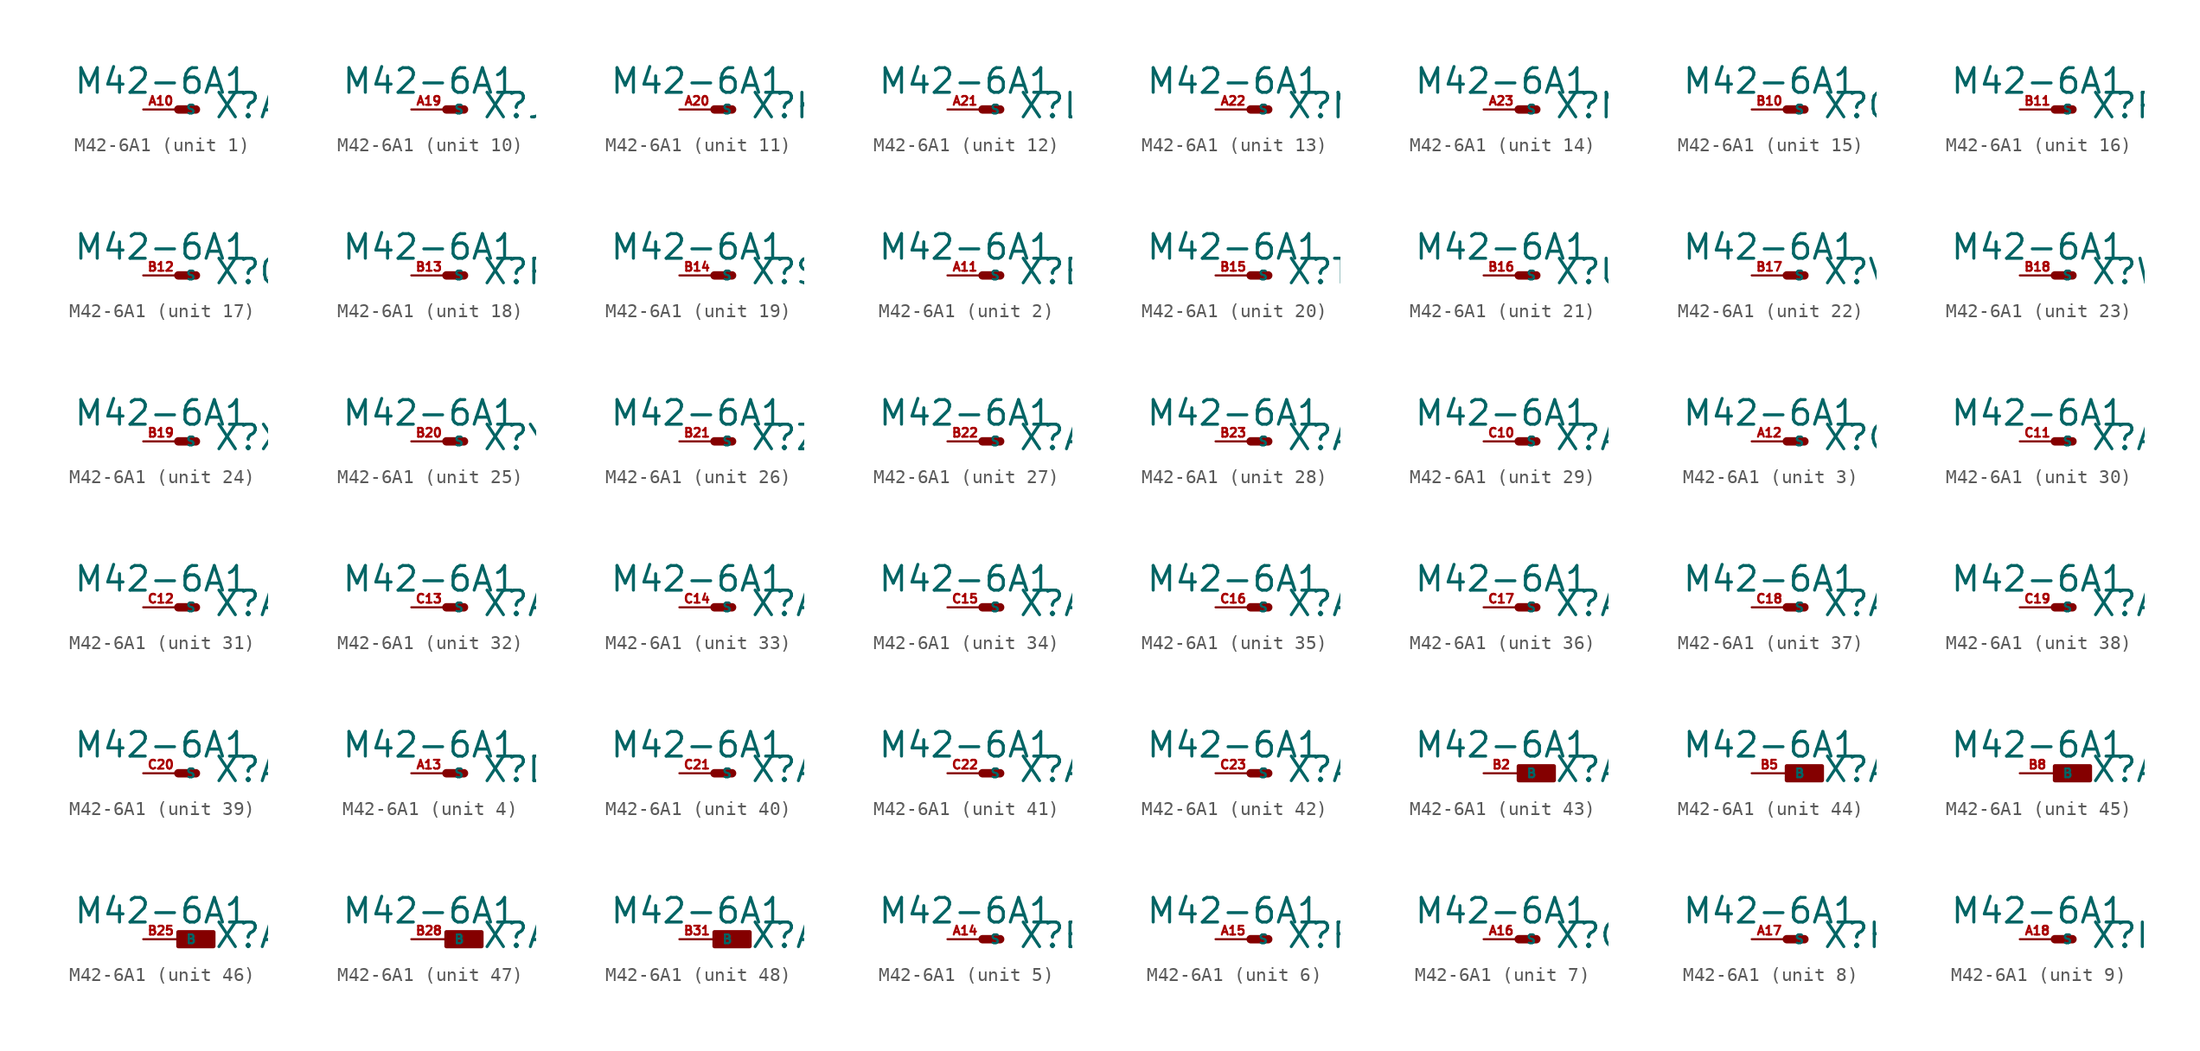
<source format=kicad_sym>
(kicad_symbol_lib
  (version 20220914)
  (generator Eagle2Kicad)
  (symbol "M42-6A1"
    (property "Reference" "X"
      (at 2.54 -0.762 0)
      (effects (font (size 1.778 1.778) (thickness 0.22)) (justify left bottom)))
    (property "Value" "M42-6A1"
      (at -7.62 1.016 0)
      (effects (font (size 1.778 1.778) (thickness 0.22)) (justify left bottom)))
    (symbol "M42-6A1_1_0"
      (polyline (pts (xy 0 0) (xy 1.27 0)) (stroke (width 0.61) (type default)) (fill (type none)))
      (pin passive line (at -2.54 0 0) (length 2.54) (name "S" (effects (font (size 0.635 0.635) (thickness 0.08)) (justify left bottom))) (number "A10" (effects (font (size 0.635 0.635) (thickness 0.08)) (justify left bottom)))))
    (symbol "M42-6A1_2_0"
      (polyline (pts (xy 0 0) (xy 1.27 0)) (stroke (width 0.61) (type default)) (fill (type none)))
      (pin passive line (at -2.54 0 0) (length 2.54) (name "S" (effects (font (size 0.635 0.635) (thickness 0.08)) (justify left bottom))) (number "A11" (effects (font (size 0.635 0.635) (thickness 0.08)) (justify left bottom)))))
    (symbol "M42-6A1_3_0"
      (polyline (pts (xy 0 0) (xy 1.27 0)) (stroke (width 0.61) (type default)) (fill (type none)))
      (pin passive line (at -2.54 0 0) (length 2.54) (name "S" (effects (font (size 0.635 0.635) (thickness 0.08)) (justify left bottom))) (number "A12" (effects (font (size 0.635 0.635) (thickness 0.08)) (justify left bottom)))))
    (symbol "M42-6A1_4_0"
      (polyline (pts (xy 0 0) (xy 1.27 0)) (stroke (width 0.61) (type default)) (fill (type none)))
      (pin passive line (at -2.54 0 0) (length 2.54) (name "S" (effects (font (size 0.635 0.635) (thickness 0.08)) (justify left bottom))) (number "A13" (effects (font (size 0.635 0.635) (thickness 0.08)) (justify left bottom)))))
    (symbol "M42-6A1_5_0"
      (polyline (pts (xy 0 0) (xy 1.27 0)) (stroke (width 0.61) (type default)) (fill (type none)))
      (pin passive line (at -2.54 0 0) (length 2.54) (name "S" (effects (font (size 0.635 0.635) (thickness 0.08)) (justify left bottom))) (number "A14" (effects (font (size 0.635 0.635) (thickness 0.08)) (justify left bottom)))))
    (symbol "M42-6A1_6_0"
      (polyline (pts (xy 0 0) (xy 1.27 0)) (stroke (width 0.61) (type default)) (fill (type none)))
      (pin passive line (at -2.54 0 0) (length 2.54) (name "S" (effects (font (size 0.635 0.635) (thickness 0.08)) (justify left bottom))) (number "A15" (effects (font (size 0.635 0.635) (thickness 0.08)) (justify left bottom)))))
    (symbol "M42-6A1_7_0"
      (polyline (pts (xy 0 0) (xy 1.27 0)) (stroke (width 0.61) (type default)) (fill (type none)))
      (pin passive line (at -2.54 0 0) (length 2.54) (name "S" (effects (font (size 0.635 0.635) (thickness 0.08)) (justify left bottom))) (number "A16" (effects (font (size 0.635 0.635) (thickness 0.08)) (justify left bottom)))))
    (symbol "M42-6A1_8_0"
      (polyline (pts (xy 0 0) (xy 1.27 0)) (stroke (width 0.61) (type default)) (fill (type none)))
      (pin passive line (at -2.54 0 0) (length 2.54) (name "S" (effects (font (size 0.635 0.635) (thickness 0.08)) (justify left bottom))) (number "A17" (effects (font (size 0.635 0.635) (thickness 0.08)) (justify left bottom)))))
    (symbol "M42-6A1_9_0"
      (polyline (pts (xy 0 0) (xy 1.27 0)) (stroke (width 0.61) (type default)) (fill (type none)))
      (pin passive line (at -2.54 0 0) (length 2.54) (name "S" (effects (font (size 0.635 0.635) (thickness 0.08)) (justify left bottom))) (number "A18" (effects (font (size 0.635 0.635) (thickness 0.08)) (justify left bottom)))))
    (symbol "M42-6A1_10_0"
      (polyline (pts (xy 0 0) (xy 1.27 0)) (stroke (width 0.61) (type default)) (fill (type none)))
      (pin passive line (at -2.54 0 0) (length 2.54) (name "S" (effects (font (size 0.635 0.635) (thickness 0.08)) (justify left bottom))) (number "A19" (effects (font (size 0.635 0.635) (thickness 0.08)) (justify left bottom)))))
    (symbol "M42-6A1_11_0"
      (polyline (pts (xy 0 0) (xy 1.27 0)) (stroke (width 0.61) (type default)) (fill (type none)))
      (pin passive line (at -2.54 0 0) (length 2.54) (name "S" (effects (font (size 0.635 0.635) (thickness 0.08)) (justify left bottom))) (number "A20" (effects (font (size 0.635 0.635) (thickness 0.08)) (justify left bottom)))))
    (symbol "M42-6A1_12_0"
      (polyline (pts (xy 0 0) (xy 1.27 0)) (stroke (width 0.61) (type default)) (fill (type none)))
      (pin passive line (at -2.54 0 0) (length 2.54) (name "S" (effects (font (size 0.635 0.635) (thickness 0.08)) (justify left bottom))) (number "A21" (effects (font (size 0.635 0.635) (thickness 0.08)) (justify left bottom)))))
    (symbol "M42-6A1_13_0"
      (polyline (pts (xy 0 0) (xy 1.27 0)) (stroke (width 0.61) (type default)) (fill (type none)))
      (pin passive line (at -2.54 0 0) (length 2.54) (name "S" (effects (font (size 0.635 0.635) (thickness 0.08)) (justify left bottom))) (number "A22" (effects (font (size 0.635 0.635) (thickness 0.08)) (justify left bottom)))))
    (symbol "M42-6A1_14_0"
      (polyline (pts (xy 0 0) (xy 1.27 0)) (stroke (width 0.61) (type default)) (fill (type none)))
      (pin passive line (at -2.54 0 0) (length 2.54) (name "S" (effects (font (size 0.635 0.635) (thickness 0.08)) (justify left bottom))) (number "A23" (effects (font (size 0.635 0.635) (thickness 0.08)) (justify left bottom)))))
    (symbol "M42-6A1_15_0"
      (polyline (pts (xy 0 0) (xy 1.27 0)) (stroke (width 0.61) (type default)) (fill (type none)))
      (pin passive line (at -2.54 0 0) (length 2.54) (name "S" (effects (font (size 0.635 0.635) (thickness 0.08)) (justify left bottom))) (number "B10" (effects (font (size 0.635 0.635) (thickness 0.08)) (justify left bottom)))))
    (symbol "M42-6A1_16_0"
      (polyline (pts (xy 0 0) (xy 1.27 0)) (stroke (width 0.61) (type default)) (fill (type none)))
      (pin passive line (at -2.54 0 0) (length 2.54) (name "S" (effects (font (size 0.635 0.635) (thickness 0.08)) (justify left bottom))) (number "B11" (effects (font (size 0.635 0.635) (thickness 0.08)) (justify left bottom)))))
    (symbol "M42-6A1_17_0"
      (polyline (pts (xy 0 0) (xy 1.27 0)) (stroke (width 0.61) (type default)) (fill (type none)))
      (pin passive line (at -2.54 0 0) (length 2.54) (name "S" (effects (font (size 0.635 0.635) (thickness 0.08)) (justify left bottom))) (number "B12" (effects (font (size 0.635 0.635) (thickness 0.08)) (justify left bottom)))))
    (symbol "M42-6A1_18_0"
      (polyline (pts (xy 0 0) (xy 1.27 0)) (stroke (width 0.61) (type default)) (fill (type none)))
      (pin passive line (at -2.54 0 0) (length 2.54) (name "S" (effects (font (size 0.635 0.635) (thickness 0.08)) (justify left bottom))) (number "B13" (effects (font (size 0.635 0.635) (thickness 0.08)) (justify left bottom)))))
    (symbol "M42-6A1_19_0"
      (polyline (pts (xy 0 0) (xy 1.27 0)) (stroke (width 0.61) (type default)) (fill (type none)))
      (pin passive line (at -2.54 0 0) (length 2.54) (name "S" (effects (font (size 0.635 0.635) (thickness 0.08)) (justify left bottom))) (number "B14" (effects (font (size 0.635 0.635) (thickness 0.08)) (justify left bottom)))))
    (symbol "M42-6A1_20_0"
      (polyline (pts (xy 0 0) (xy 1.27 0)) (stroke (width 0.61) (type default)) (fill (type none)))
      (pin passive line (at -2.54 0 0) (length 2.54) (name "S" (effects (font (size 0.635 0.635) (thickness 0.08)) (justify left bottom))) (number "B15" (effects (font (size 0.635 0.635) (thickness 0.08)) (justify left bottom)))))
    (symbol "M42-6A1_21_0"
      (polyline (pts (xy 0 0) (xy 1.27 0)) (stroke (width 0.61) (type default)) (fill (type none)))
      (pin passive line (at -2.54 0 0) (length 2.54) (name "S" (effects (font (size 0.635 0.635) (thickness 0.08)) (justify left bottom))) (number "B16" (effects (font (size 0.635 0.635) (thickness 0.08)) (justify left bottom)))))
    (symbol "M42-6A1_22_0"
      (polyline (pts (xy 0 0) (xy 1.27 0)) (stroke (width 0.61) (type default)) (fill (type none)))
      (pin passive line (at -2.54 0 0) (length 2.54) (name "S" (effects (font (size 0.635 0.635) (thickness 0.08)) (justify left bottom))) (number "B17" (effects (font (size 0.635 0.635) (thickness 0.08)) (justify left bottom)))))
    (symbol "M42-6A1_23_0"
      (polyline (pts (xy 0 0) (xy 1.27 0)) (stroke (width 0.61) (type default)) (fill (type none)))
      (pin passive line (at -2.54 0 0) (length 2.54) (name "S" (effects (font (size 0.635 0.635) (thickness 0.08)) (justify left bottom))) (number "B18" (effects (font (size 0.635 0.635) (thickness 0.08)) (justify left bottom)))))
    (symbol "M42-6A1_24_0"
      (polyline (pts (xy 0 0) (xy 1.27 0)) (stroke (width 0.61) (type default)) (fill (type none)))
      (pin passive line (at -2.54 0 0) (length 2.54) (name "S" (effects (font (size 0.635 0.635) (thickness 0.08)) (justify left bottom))) (number "B19" (effects (font (size 0.635 0.635) (thickness 0.08)) (justify left bottom)))))
    (symbol "M42-6A1_25_0"
      (polyline (pts (xy 0 0) (xy 1.27 0)) (stroke (width 0.61) (type default)) (fill (type none)))
      (pin passive line (at -2.54 0 0) (length 2.54) (name "S" (effects (font (size 0.635 0.635) (thickness 0.08)) (justify left bottom))) (number "B20" (effects (font (size 0.635 0.635) (thickness 0.08)) (justify left bottom)))))
    (symbol "M42-6A1_26_0"
      (polyline (pts (xy 0 0) (xy 1.27 0)) (stroke (width 0.61) (type default)) (fill (type none)))
      (pin passive line (at -2.54 0 0) (length 2.54) (name "S" (effects (font (size 0.635 0.635) (thickness 0.08)) (justify left bottom))) (number "B21" (effects (font (size 0.635 0.635) (thickness 0.08)) (justify left bottom)))))
    (symbol "M42-6A1_27_0"
      (polyline (pts (xy 0 0) (xy 1.27 0)) (stroke (width 0.61) (type default)) (fill (type none)))
      (pin passive line (at -2.54 0 0) (length 2.54) (name "S" (effects (font (size 0.635 0.635) (thickness 0.08)) (justify left bottom))) (number "B22" (effects (font (size 0.635 0.635) (thickness 0.08)) (justify left bottom)))))
    (symbol "M42-6A1_28_0"
      (polyline (pts (xy 0 0) (xy 1.27 0)) (stroke (width 0.61) (type default)) (fill (type none)))
      (pin passive line (at -2.54 0 0) (length 2.54) (name "S" (effects (font (size 0.635 0.635) (thickness 0.08)) (justify left bottom))) (number "B23" (effects (font (size 0.635 0.635) (thickness 0.08)) (justify left bottom)))))
    (symbol "M42-6A1_29_0"
      (polyline (pts (xy 0 0) (xy 1.27 0)) (stroke (width 0.61) (type default)) (fill (type none)))
      (pin passive line (at -2.54 0 0) (length 2.54) (name "S" (effects (font (size 0.635 0.635) (thickness 0.08)) (justify left bottom))) (number "C10" (effects (font (size 0.635 0.635) (thickness 0.08)) (justify left bottom)))))
    (symbol "M42-6A1_30_0"
      (polyline (pts (xy 0 0) (xy 1.27 0)) (stroke (width 0.61) (type default)) (fill (type none)))
      (pin passive line (at -2.54 0 0) (length 2.54) (name "S" (effects (font (size 0.635 0.635) (thickness 0.08)) (justify left bottom))) (number "C11" (effects (font (size 0.635 0.635) (thickness 0.08)) (justify left bottom)))))
    (symbol "M42-6A1_31_0"
      (polyline (pts (xy 0 0) (xy 1.27 0)) (stroke (width 0.61) (type default)) (fill (type none)))
      (pin passive line (at -2.54 0 0) (length 2.54) (name "S" (effects (font (size 0.635 0.635) (thickness 0.08)) (justify left bottom))) (number "C12" (effects (font (size 0.635 0.635) (thickness 0.08)) (justify left bottom)))))
    (symbol "M42-6A1_32_0"
      (polyline (pts (xy 0 0) (xy 1.27 0)) (stroke (width 0.61) (type default)) (fill (type none)))
      (pin passive line (at -2.54 0 0) (length 2.54) (name "S" (effects (font (size 0.635 0.635) (thickness 0.08)) (justify left bottom))) (number "C13" (effects (font (size 0.635 0.635) (thickness 0.08)) (justify left bottom)))))
    (symbol "M42-6A1_33_0"
      (polyline (pts (xy 0 0) (xy 1.27 0)) (stroke (width 0.61) (type default)) (fill (type none)))
      (pin passive line (at -2.54 0 0) (length 2.54) (name "S" (effects (font (size 0.635 0.635) (thickness 0.08)) (justify left bottom))) (number "C14" (effects (font (size 0.635 0.635) (thickness 0.08)) (justify left bottom)))))
    (symbol "M42-6A1_34_0"
      (polyline (pts (xy 0 0) (xy 1.27 0)) (stroke (width 0.61) (type default)) (fill (type none)))
      (pin passive line (at -2.54 0 0) (length 2.54) (name "S" (effects (font (size 0.635 0.635) (thickness 0.08)) (justify left bottom))) (number "C15" (effects (font (size 0.635 0.635) (thickness 0.08)) (justify left bottom)))))
    (symbol "M42-6A1_35_0"
      (polyline (pts (xy 0 0) (xy 1.27 0)) (stroke (width 0.61) (type default)) (fill (type none)))
      (pin passive line (at -2.54 0 0) (length 2.54) (name "S" (effects (font (size 0.635 0.635) (thickness 0.08)) (justify left bottom))) (number "C16" (effects (font (size 0.635 0.635) (thickness 0.08)) (justify left bottom)))))
    (symbol "M42-6A1_36_0"
      (polyline (pts (xy 0 0) (xy 1.27 0)) (stroke (width 0.61) (type default)) (fill (type none)))
      (pin passive line (at -2.54 0 0) (length 2.54) (name "S" (effects (font (size 0.635 0.635) (thickness 0.08)) (justify left bottom))) (number "C17" (effects (font (size 0.635 0.635) (thickness 0.08)) (justify left bottom)))))
    (symbol "M42-6A1_37_0"
      (polyline (pts (xy 0 0) (xy 1.27 0)) (stroke (width 0.61) (type default)) (fill (type none)))
      (pin passive line (at -2.54 0 0) (length 2.54) (name "S" (effects (font (size 0.635 0.635) (thickness 0.08)) (justify left bottom))) (number "C18" (effects (font (size 0.635 0.635) (thickness 0.08)) (justify left bottom)))))
    (symbol "M42-6A1_38_0"
      (polyline (pts (xy 0 0) (xy 1.27 0)) (stroke (width 0.61) (type default)) (fill (type none)))
      (pin passive line (at -2.54 0 0) (length 2.54) (name "S" (effects (font (size 0.635 0.635) (thickness 0.08)) (justify left bottom))) (number "C19" (effects (font (size 0.635 0.635) (thickness 0.08)) (justify left bottom)))))
    (symbol "M42-6A1_39_0"
      (polyline (pts (xy 0 0) (xy 1.27 0)) (stroke (width 0.61) (type default)) (fill (type none)))
      (pin passive line (at -2.54 0 0) (length 2.54) (name "S" (effects (font (size 0.635 0.635) (thickness 0.08)) (justify left bottom))) (number "C20" (effects (font (size 0.635 0.635) (thickness 0.08)) (justify left bottom)))))
    (symbol "M42-6A1_40_0"
      (polyline (pts (xy 0 0) (xy 1.27 0)) (stroke (width 0.61) (type default)) (fill (type none)))
      (pin passive line (at -2.54 0 0) (length 2.54) (name "S" (effects (font (size 0.635 0.635) (thickness 0.08)) (justify left bottom))) (number "C21" (effects (font (size 0.635 0.635) (thickness 0.08)) (justify left bottom)))))
    (symbol "M42-6A1_41_0"
      (polyline (pts (xy 0 0) (xy 1.27 0)) (stroke (width 0.61) (type default)) (fill (type none)))
      (pin passive line (at -2.54 0 0) (length 2.54) (name "S" (effects (font (size 0.635 0.635) (thickness 0.08)) (justify left bottom))) (number "C22" (effects (font (size 0.635 0.635) (thickness 0.08)) (justify left bottom)))))
    (symbol "M42-6A1_42_0"
      (polyline (pts (xy 0 0) (xy 1.27 0)) (stroke (width 0.61) (type default)) (fill (type none)))
      (pin passive line (at -2.54 0 0) (length 2.54) (name "S" (effects (font (size 0.635 0.635) (thickness 0.08)) (justify left bottom))) (number "C23" (effects (font (size 0.635 0.635) (thickness 0.08)) (justify left bottom)))))
    (symbol "M42-6A1_43_0"
      (rectangle (start 0 -0.508) (end 2.54 0.508) (stroke (width 0.3) (type default)) (fill (type outline)))
      (pin passive line (at -2.54 0 0) (length 2.54) (name "B" (effects (font (size 0.635 0.635) (thickness 0.08)) (justify left bottom))) (number "B2" (effects (font (size 0.635 0.635) (thickness 0.08)) (justify left bottom)))))
    (symbol "M42-6A1_44_0"
      (rectangle (start 0 -0.508) (end 2.54 0.508) (stroke (width 0.3) (type default)) (fill (type outline)))
      (pin passive line (at -2.54 0 0) (length 2.54) (name "B" (effects (font (size 0.635 0.635) (thickness 0.08)) (justify left bottom))) (number "B5" (effects (font (size 0.635 0.635) (thickness 0.08)) (justify left bottom)))))
    (symbol "M42-6A1_45_0"
      (rectangle (start 0 -0.508) (end 2.54 0.508) (stroke (width 0.3) (type default)) (fill (type outline)))
      (pin passive line (at -2.54 0 0) (length 2.54) (name "B" (effects (font (size 0.635 0.635) (thickness 0.08)) (justify left bottom))) (number "B8" (effects (font (size 0.635 0.635) (thickness 0.08)) (justify left bottom)))))
    (symbol "M42-6A1_46_0"
      (rectangle (start 0 -0.508) (end 2.54 0.508) (stroke (width 0.3) (type default)) (fill (type outline)))
      (pin passive line (at -2.54 0 0) (length 2.54) (name "B" (effects (font (size 0.635 0.635) (thickness 0.08)) (justify left bottom))) (number "B25" (effects (font (size 0.635 0.635) (thickness 0.08)) (justify left bottom)))))
    (symbol "M42-6A1_47_0"
      (rectangle (start 0 -0.508) (end 2.54 0.508) (stroke (width 0.3) (type default)) (fill (type outline)))
      (pin passive line (at -2.54 0 0) (length 2.54) (name "B" (effects (font (size 0.635 0.635) (thickness 0.08)) (justify left bottom))) (number "B28" (effects (font (size 0.635 0.635) (thickness 0.08)) (justify left bottom)))))
    (symbol "M42-6A1_48_0"
      (rectangle (start 0 -0.508) (end 2.54 0.508) (stroke (width 0.3) (type default)) (fill (type outline)))
      (pin passive line (at -2.54 0 0) (length 2.54) (name "B" (effects (font (size 0.635 0.635) (thickness 0.08)) (justify left bottom))) (number "B31" (effects (font (size 0.635 0.635) (thickness 0.08)) (justify left bottom)))))))
</source>
